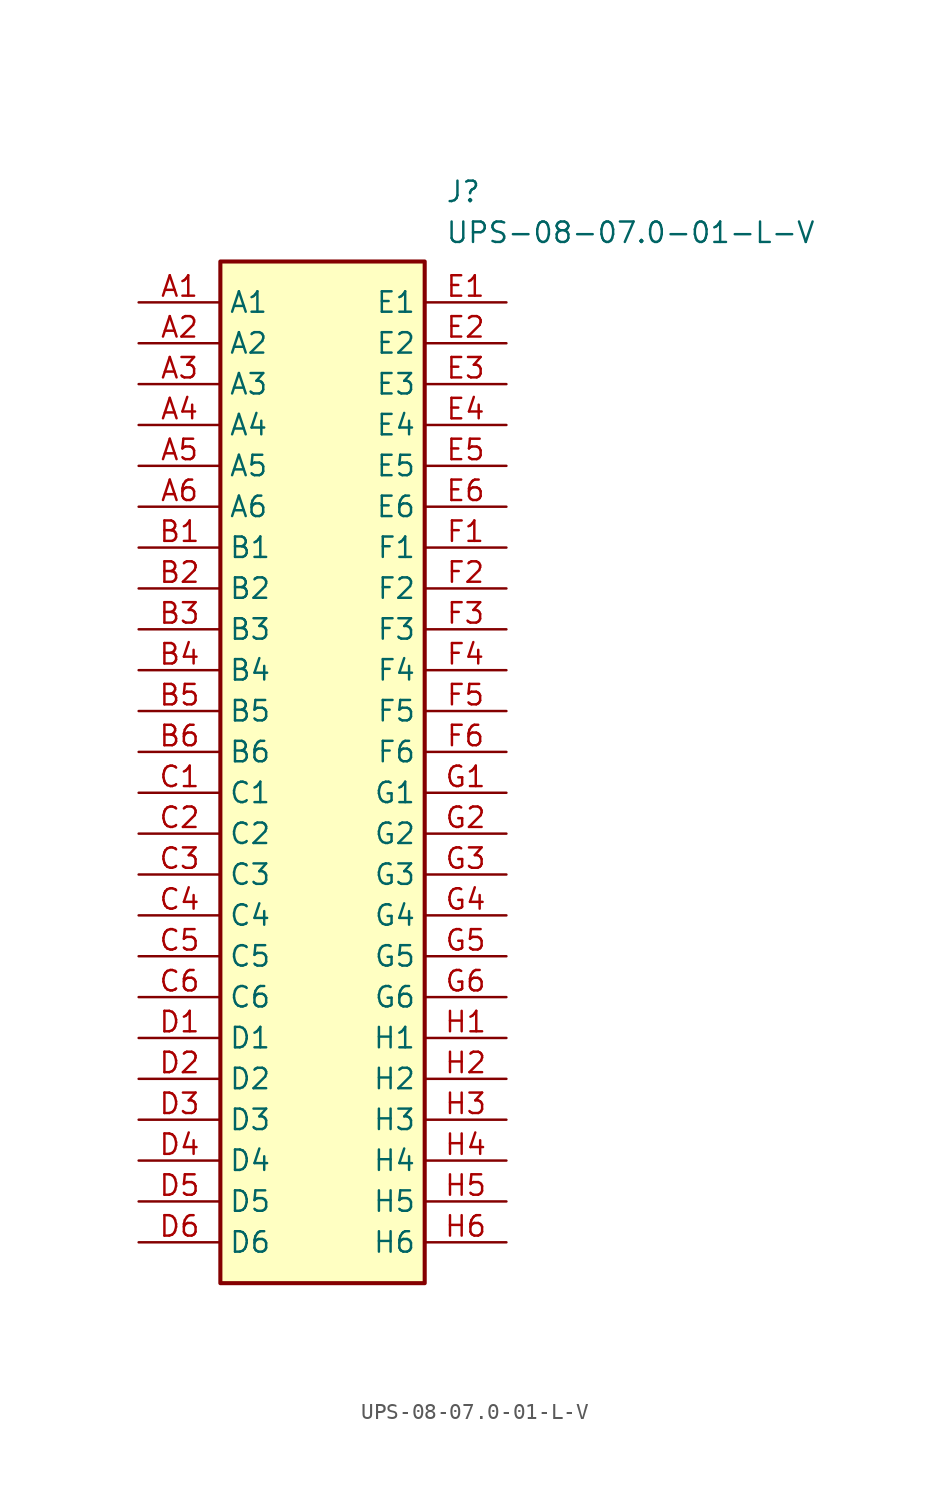
<source format=kicad_sym>
(kicad_symbol_lib
  (version 20211014)
  (generator SamacSys_ECAD_Model)
  (symbol "UPS-08-07.0-01-L-V"
    (property "Reference" "J"
      (at 19.05 7.62 0)
      (effects (font (size 1.27 1.27)) (justify left top)))
    (property "Value" "UPS-08-07.0-01-L-V"
      (at 19.05 5.08 0)
      (effects (font (size 1.27 1.27)) (justify left top)))
    (rectangle
      (start 5.08 2.54)
      (end 17.78 -60.96)
      (stroke (width 0.254) (type default))
      (fill (type background)))
    (pin passive line
      (at 0 0 0)
      (length 5.08)
      (name "A1" (effects (font (size 1.27 1.27))))
      (number "A1" (effects (font (size 1.27 1.27)))))
    (pin passive line
      (at 0 -2.54 0)
      (length 5.08)
      (name "A2" (effects (font (size 1.27 1.27))))
      (number "A2" (effects (font (size 1.27 1.27)))))
    (pin passive line
      (at 0 -5.08 0)
      (length 5.08)
      (name "A3" (effects (font (size 1.27 1.27))))
      (number "A3" (effects (font (size 1.27 1.27)))))
    (pin passive line
      (at 0 -7.62 0)
      (length 5.08)
      (name "A4" (effects (font (size 1.27 1.27))))
      (number "A4" (effects (font (size 1.27 1.27)))))
    (pin passive line
      (at 0 -10.16 0)
      (length 5.08)
      (name "A5" (effects (font (size 1.27 1.27))))
      (number "A5" (effects (font (size 1.27 1.27)))))
    (pin passive line
      (at 0 -12.7 0)
      (length 5.08)
      (name "A6" (effects (font (size 1.27 1.27))))
      (number "A6" (effects (font (size 1.27 1.27)))))
    (pin passive line
      (at 0 -15.24 0)
      (length 5.08)
      (name "B1" (effects (font (size 1.27 1.27))))
      (number "B1" (effects (font (size 1.27 1.27)))))
    (pin passive line
      (at 0 -17.78 0)
      (length 5.08)
      (name "B2" (effects (font (size 1.27 1.27))))
      (number "B2" (effects (font (size 1.27 1.27)))))
    (pin passive line
      (at 0 -20.32 0)
      (length 5.08)
      (name "B3" (effects (font (size 1.27 1.27))))
      (number "B3" (effects (font (size 1.27 1.27)))))
    (pin passive line
      (at 0 -22.86 0)
      (length 5.08)
      (name "B4" (effects (font (size 1.27 1.27))))
      (number "B4" (effects (font (size 1.27 1.27)))))
    (pin passive line
      (at 0 -25.4 0)
      (length 5.08)
      (name "B5" (effects (font (size 1.27 1.27))))
      (number "B5" (effects (font (size 1.27 1.27)))))
    (pin passive line
      (at 0 -27.94 0)
      (length 5.08)
      (name "B6" (effects (font (size 1.27 1.27))))
      (number "B6" (effects (font (size 1.27 1.27)))))
    (pin passive line
      (at 0 -30.48 0)
      (length 5.08)
      (name "C1" (effects (font (size 1.27 1.27))))
      (number "C1" (effects (font (size 1.27 1.27)))))
    (pin passive line
      (at 0 -33.02 0)
      (length 5.08)
      (name "C2" (effects (font (size 1.27 1.27))))
      (number "C2" (effects (font (size 1.27 1.27)))))
    (pin passive line
      (at 0 -35.56 0)
      (length 5.08)
      (name "C3" (effects (font (size 1.27 1.27))))
      (number "C3" (effects (font (size 1.27 1.27)))))
    (pin passive line
      (at 0 -38.1 0)
      (length 5.08)
      (name "C4" (effects (font (size 1.27 1.27))))
      (number "C4" (effects (font (size 1.27 1.27)))))
    (pin passive line
      (at 0 -40.64 0)
      (length 5.08)
      (name "C5" (effects (font (size 1.27 1.27))))
      (number "C5" (effects (font (size 1.27 1.27)))))
    (pin passive line
      (at 0 -43.18 0)
      (length 5.08)
      (name "C6" (effects (font (size 1.27 1.27))))
      (number "C6" (effects (font (size 1.27 1.27)))))
    (pin passive line
      (at 0 -45.72 0)
      (length 5.08)
      (name "D1" (effects (font (size 1.27 1.27))))
      (number "D1" (effects (font (size 1.27 1.27)))))
    (pin passive line
      (at 0 -48.26 0)
      (length 5.08)
      (name "D2" (effects (font (size 1.27 1.27))))
      (number "D2" (effects (font (size 1.27 1.27)))))
    (pin passive line
      (at 0 -50.8 0)
      (length 5.08)
      (name "D3" (effects (font (size 1.27 1.27))))
      (number "D3" (effects (font (size 1.27 1.27)))))
    (pin passive line
      (at 0 -53.34 0)
      (length 5.08)
      (name "D4" (effects (font (size 1.27 1.27))))
      (number "D4" (effects (font (size 1.27 1.27)))))
    (pin passive line
      (at 0 -55.88 0)
      (length 5.08)
      (name "D5" (effects (font (size 1.27 1.27))))
      (number "D5" (effects (font (size 1.27 1.27)))))
    (pin passive line
      (at 0 -58.42 0)
      (length 5.08)
      (name "D6" (effects (font (size 1.27 1.27))))
      (number "D6" (effects (font (size 1.27 1.27)))))
    (pin passive line
      (at 22.86 0 180)
      (length 5.08)
      (name "E1" (effects (font (size 1.27 1.27))))
      (number "E1" (effects (font (size 1.27 1.27)))))
    (pin passive line
      (at 22.86 -2.54 180)
      (length 5.08)
      (name "E2" (effects (font (size 1.27 1.27))))
      (number "E2" (effects (font (size 1.27 1.27)))))
    (pin passive line
      (at 22.86 -5.08 180)
      (length 5.08)
      (name "E3" (effects (font (size 1.27 1.27))))
      (number "E3" (effects (font (size 1.27 1.27)))))
    (pin passive line
      (at 22.86 -7.62 180)
      (length 5.08)
      (name "E4" (effects (font (size 1.27 1.27))))
      (number "E4" (effects (font (size 1.27 1.27)))))
    (pin passive line
      (at 22.86 -10.16 180)
      (length 5.08)
      (name "E5" (effects (font (size 1.27 1.27))))
      (number "E5" (effects (font (size 1.27 1.27)))))
    (pin passive line
      (at 22.86 -12.7 180)
      (length 5.08)
      (name "E6" (effects (font (size 1.27 1.27))))
      (number "E6" (effects (font (size 1.27 1.27)))))
    (pin passive line
      (at 22.86 -15.24 180)
      (length 5.08)
      (name "F1" (effects (font (size 1.27 1.27))))
      (number "F1" (effects (font (size 1.27 1.27)))))
    (pin passive line
      (at 22.86 -17.78 180)
      (length 5.08)
      (name "F2" (effects (font (size 1.27 1.27))))
      (number "F2" (effects (font (size 1.27 1.27)))))
    (pin passive line
      (at 22.86 -20.32 180)
      (length 5.08)
      (name "F3" (effects (font (size 1.27 1.27))))
      (number "F3" (effects (font (size 1.27 1.27)))))
    (pin passive line
      (at 22.86 -22.86 180)
      (length 5.08)
      (name "F4" (effects (font (size 1.27 1.27))))
      (number "F4" (effects (font (size 1.27 1.27)))))
    (pin passive line
      (at 22.86 -25.4 180)
      (length 5.08)
      (name "F5" (effects (font (size 1.27 1.27))))
      (number "F5" (effects (font (size 1.27 1.27)))))
    (pin passive line
      (at 22.86 -27.94 180)
      (length 5.08)
      (name "F6" (effects (font (size 1.27 1.27))))
      (number "F6" (effects (font (size 1.27 1.27)))))
    (pin passive line
      (at 22.86 -30.48 180)
      (length 5.08)
      (name "G1" (effects (font (size 1.27 1.27))))
      (number "G1" (effects (font (size 1.27 1.27)))))
    (pin passive line
      (at 22.86 -33.02 180)
      (length 5.08)
      (name "G2" (effects (font (size 1.27 1.27))))
      (number "G2" (effects (font (size 1.27 1.27)))))
    (pin passive line
      (at 22.86 -35.56 180)
      (length 5.08)
      (name "G3" (effects (font (size 1.27 1.27))))
      (number "G3" (effects (font (size 1.27 1.27)))))
    (pin passive line
      (at 22.86 -38.1 180)
      (length 5.08)
      (name "G4" (effects (font (size 1.27 1.27))))
      (number "G4" (effects (font (size 1.27 1.27)))))
    (pin passive line
      (at 22.86 -40.64 180)
      (length 5.08)
      (name "G5" (effects (font (size 1.27 1.27))))
      (number "G5" (effects (font (size 1.27 1.27)))))
    (pin passive line
      (at 22.86 -43.18 180)
      (length 5.08)
      (name "G6" (effects (font (size 1.27 1.27))))
      (number "G6" (effects (font (size 1.27 1.27)))))
    (pin passive line
      (at 22.86 -45.72 180)
      (length 5.08)
      (name "H1" (effects (font (size 1.27 1.27))))
      (number "H1" (effects (font (size 1.27 1.27)))))
    (pin passive line
      (at 22.86 -48.26 180)
      (length 5.08)
      (name "H2" (effects (font (size 1.27 1.27))))
      (number "H2" (effects (font (size 1.27 1.27)))))
    (pin passive line
      (at 22.86 -50.8 180)
      (length 5.08)
      (name "H3" (effects (font (size 1.27 1.27))))
      (number "H3" (effects (font (size 1.27 1.27)))))
    (pin passive line
      (at 22.86 -53.34 180)
      (length 5.08)
      (name "H4" (effects (font (size 1.27 1.27))))
      (number "H4" (effects (font (size 1.27 1.27)))))
    (pin passive line
      (at 22.86 -55.88 180)
      (length 5.08)
      (name "H5" (effects (font (size 1.27 1.27))))
      (number "H5" (effects (font (size 1.27 1.27)))))
    (pin passive line
      (at 22.86 -58.42 180)
      (length 5.08)
      (name "H6" (effects (font (size 1.27 1.27))))
      (number "H6" (effects (font (size 1.27 1.27)))))))
</source>
